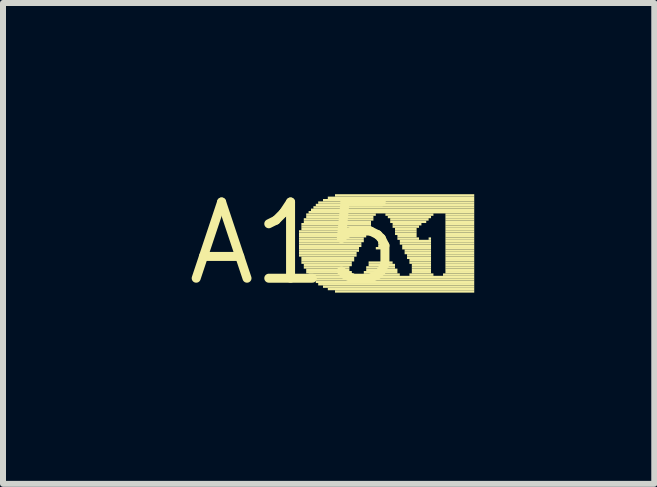
<source format=kicad_pcb>
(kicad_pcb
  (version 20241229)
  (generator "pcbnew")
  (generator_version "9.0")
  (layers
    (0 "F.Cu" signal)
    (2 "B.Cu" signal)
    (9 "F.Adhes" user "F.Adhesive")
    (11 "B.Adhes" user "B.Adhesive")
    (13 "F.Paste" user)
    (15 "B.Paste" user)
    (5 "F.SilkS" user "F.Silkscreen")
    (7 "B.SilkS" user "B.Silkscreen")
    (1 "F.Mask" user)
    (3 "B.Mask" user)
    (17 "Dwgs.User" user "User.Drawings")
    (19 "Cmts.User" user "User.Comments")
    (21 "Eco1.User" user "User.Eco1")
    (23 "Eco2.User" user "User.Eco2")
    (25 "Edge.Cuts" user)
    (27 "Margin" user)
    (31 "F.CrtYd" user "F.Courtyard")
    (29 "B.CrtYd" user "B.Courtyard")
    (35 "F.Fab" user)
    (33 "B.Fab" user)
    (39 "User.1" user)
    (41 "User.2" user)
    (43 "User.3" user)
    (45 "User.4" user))
  (footprint "A15"
    (layer "F.Cu")
    (at 1.852 1.006)
    (property "Reference" "A15" (at 0 0 0) (layer "F.SilkS") (effects (font (size 1.27 1.27) (thickness 0.15))))
    (fp_poly (pts (xy 0.08 -0.18) (xy 1.24 -0.18) (xy 1.24 -0.22) (xy 0.08 -0.22)) (stroke (width 0) (type default)) (fill yes) (layer "F.SilkS"))
    (fp_poly (pts (xy 0.08 -0.14) (xy 1.2 -0.14) (xy 1.2 -0.18) (xy 0.08 -0.18)) (stroke (width 0) (type default)) (fill yes) (layer "F.SilkS"))
    (fp_poly (pts (xy 0.08 -0.1) (xy 1.2 -0.1) (xy 1.2 -0.14) (xy 0.08 -0.14)) (stroke (width 0) (type default)) (fill yes) (layer "F.SilkS"))
    (fp_poly (pts (xy 0.08 -0.06) (xy 1.16 -0.06) (xy 1.16 -0.1) (xy 0.08 -0.1)) (stroke (width 0) (type default)) (fill yes) (layer "F.SilkS"))
    (fp_poly (pts (xy 0.08 -0.02) (xy 1.16 -0.02) (xy 1.16 -0.06) (xy 0.08 -0.06)) (stroke (width 0) (type default)) (fill yes) (layer "F.SilkS"))
    (fp_poly (pts (xy 0.08 0.02) (xy 1.12 0.02) (xy 1.12 -0.02) (xy 0.08 -0.02)) (stroke (width 0) (type default)) (fill yes) (layer "F.SilkS"))
    (fp_poly (pts (xy 0.08 0.06) (xy 1.12 0.06) (xy 1.12 0.02) (xy 0.08 0.02)) (stroke (width 0) (type default)) (fill yes) (layer "F.SilkS"))
    (fp_poly (pts (xy 0.08 0.1) (xy 1.08 0.1) (xy 1.08 0.06) (xy 0.08 0.06)) (stroke (width 0) (type default)) (fill yes) (layer "F.SilkS"))
    (fp_poly (pts (xy 0.08 0.14) (xy 1.08 0.14) (xy 1.08 0.1) (xy 0.08 0.1)) (stroke (width 0) (type default)) (fill yes) (layer "F.SilkS"))
    (fp_poly (pts (xy 0.08 0.18) (xy 1.04 0.18) (xy 1.04 0.14) (xy 0.08 0.14)) (stroke (width 0) (type default)) (fill yes) (layer "F.SilkS"))
    (fp_poly (pts (xy 0.08 0.22) (xy 1.04 0.22) (xy 1.04 0.18) (xy 0.08 0.18)) (stroke (width 0) (type default)) (fill yes) (layer "F.SilkS"))
    (fp_poly (pts (xy 0.12 -0.3) (xy 1.28 -0.3) (xy 1.28 -0.34) (xy 0.12 -0.34)) (stroke (width 0) (type default)) (fill yes) (layer "F.SilkS"))
    (fp_poly (pts (xy 0.12 -0.26) (xy 1.28 -0.26) (xy 1.28 -0.3) (xy 0.12 -0.3)) (stroke (width 0) (type default)) (fill yes) (layer "F.SilkS"))
    (fp_poly (pts (xy 0.12 -0.22) (xy 1.24 -0.22) (xy 1.24 -0.26) (xy 0.12 -0.26)) (stroke (width 0) (type default)) (fill yes) (layer "F.SilkS"))
    (fp_poly (pts (xy 0.12 0.26) (xy 1 0.26) (xy 1 0.22) (xy 0.12 0.22)) (stroke (width 0) (type default)) (fill yes) (layer "F.SilkS"))
    (fp_poly (pts (xy 0.12 0.3) (xy 1 0.3) (xy 1 0.26) (xy 0.12 0.26)) (stroke (width 0) (type default)) (fill yes) (layer "F.SilkS"))
    (fp_poly (pts (xy 0.12 0.34) (xy 0.96 0.34) (xy 0.96 0.3) (xy 0.12 0.3)) (stroke (width 0) (type default)) (fill yes) (layer "F.SilkS"))
    (fp_poly (pts (xy 0.16 -0.38) (xy 1.32 -0.38) (xy 1.32 -0.42) (xy 0.16 -0.42)) (stroke (width 0) (type default)) (fill yes) (layer "F.SilkS"))
    (fp_poly (pts (xy 0.16 -0.34) (xy 1.28 -0.34) (xy 1.28 -0.38) (xy 0.16 -0.38)) (stroke (width 0) (type default)) (fill yes) (layer "F.SilkS"))
    (fp_poly (pts (xy 0.16 0.38) (xy 0.96 0.38) (xy 0.96 0.34) (xy 0.16 0.34)) (stroke (width 0) (type default)) (fill yes) (layer "F.SilkS"))
    (fp_poly (pts (xy 0.16 0.42) (xy 0.92 0.42) (xy 0.92 0.38) (xy 0.16 0.38)) (stroke (width 0) (type default)) (fill yes) (layer "F.SilkS"))
    (fp_poly (pts (xy 0.2 -0.46) (xy 1.36 -0.46) (xy 1.36 -0.5) (xy 0.2 -0.5)) (stroke (width 0) (type default)) (fill yes) (layer "F.SilkS"))
    (fp_poly (pts (xy 0.2 -0.42) (xy 1.32 -0.42) (xy 1.32 -0.46) (xy 0.2 -0.46)) (stroke (width 0) (type default)) (fill yes) (layer "F.SilkS"))
    (fp_poly (pts (xy 0.2 0.46) (xy 0.92 0.46) (xy 0.92 0.42) (xy 0.2 0.42)) (stroke (width 0) (type default)) (fill yes) (layer "F.SilkS"))
    (fp_poly (pts (xy 0.2 0.5) (xy 0.96 0.5) (xy 0.96 0.46) (xy 0.2 0.46)) (stroke (width 0) (type default)) (fill yes) (layer "F.SilkS"))
    (fp_poly (pts (xy 0.24 -0.5) (xy 3 -0.5) (xy 3 -0.54) (xy 0.24 -0.54)) (stroke (width 0) (type default)) (fill yes) (layer "F.SilkS"))
    (fp_poly (pts (xy 0.24 0.54) (xy 1 0.54) (xy 1 0.5) (xy 0.24 0.5)) (stroke (width 0) (type default)) (fill yes) (layer "F.SilkS"))
    (fp_poly (pts (xy 0.28 -0.54) (xy 3 -0.54) (xy 3 -0.58) (xy 0.28 -0.58)) (stroke (width 0) (type default)) (fill yes) (layer "F.SilkS"))
    (fp_poly (pts (xy 0.28 0.58) (xy 3 0.58) (xy 3 0.54) (xy 0.28 0.54)) (stroke (width 0) (type default)) (fill yes) (layer "F.SilkS"))
    (fp_poly (pts (xy 0.32 -0.58) (xy 3 -0.58) (xy 3 -0.62) (xy 0.32 -0.62)) (stroke (width 0) (type default)) (fill yes) (layer "F.SilkS"))
    (fp_poly (pts (xy 0.32 0.62) (xy 3 0.62) (xy 3 0.58) (xy 0.32 0.58)) (stroke (width 0) (type default)) (fill yes) (layer "F.SilkS"))
    (fp_poly (pts (xy 0.36 -0.62) (xy 3 -0.62) (xy 3 -0.66) (xy 0.36 -0.66)) (stroke (width 0) (type default)) (fill yes) (layer "F.SilkS"))
    (fp_poly (pts (xy 0.36 0.66) (xy 3 0.66) (xy 3 0.62) (xy 0.36 0.62)) (stroke (width 0) (type default)) (fill yes) (layer "F.SilkS"))
    (fp_poly (pts (xy 0.4 -0.66) (xy 3 -0.66) (xy 3 -0.7) (xy 0.4 -0.7)) (stroke (width 0) (type default)) (fill yes) (layer "F.SilkS"))
    (fp_poly (pts (xy 0.4 0.7) (xy 3 0.7) (xy 3 0.66) (xy 0.4 0.66)) (stroke (width 0) (type default)) (fill yes) (layer "F.SilkS"))
    (fp_poly (pts (xy 0.48 -0.7) (xy 3 -0.7) (xy 3 -0.74) (xy 0.48 -0.74)) (stroke (width 0) (type default)) (fill yes) (layer "F.SilkS"))
    (fp_poly (pts (xy 0.48 0.74) (xy 3 0.74) (xy 3 0.7) (xy 0.48 0.7)) (stroke (width 0) (type default)) (fill yes) (layer "F.SilkS"))
    (fp_poly (pts (xy 0.56 -0.74) (xy 3 -0.74) (xy 3 -0.78) (xy 0.56 -0.78)) (stroke (width 0) (type default)) (fill yes) (layer "F.SilkS"))
    (fp_poly (pts (xy 0.56 0.78) (xy 3 0.78) (xy 3 0.74) (xy 0.56 0.74)) (stroke (width 0) (type default)) (fill yes) (layer "F.SilkS"))
    (fp_poly (pts (xy 0.68 -0.78) (xy 3 -0.78) (xy 3 -0.82) (xy 0.68 -0.82)) (stroke (width 0) (type default)) (fill yes) (layer "F.SilkS"))
    (fp_poly (pts (xy 0.68 0.82) (xy 3 0.82) (xy 3 0.78) (xy 0.68 0.78)) (stroke (width 0) (type default)) (fill yes) (layer "F.SilkS"))
    (fp_poly (pts (xy 1.16 0.5) (xy 1.72 0.5) (xy 1.72 0.46) (xy 1.16 0.46)) (stroke (width 0) (type default)) (fill yes) (layer "F.SilkS"))
    (fp_poly (pts (xy 1.16 0.54) (xy 1.76 0.54) (xy 1.76 0.5) (xy 1.16 0.5)) (stroke (width 0) (type default)) (fill yes) (layer "F.SilkS"))
    (fp_poly (pts (xy 1.2 0.42) (xy 1.68 0.42) (xy 1.68 0.38) (xy 1.2 0.38)) (stroke (width 0) (type default)) (fill yes) (layer "F.SilkS"))
    (fp_poly (pts (xy 1.2 0.46) (xy 1.72 0.46) (xy 1.72 0.42) (xy 1.2 0.42)) (stroke (width 0) (type default)) (fill yes) (layer "F.SilkS"))
    (fp_poly (pts (xy 1.24 0.34) (xy 1.64 0.34) (xy 1.64 0.3) (xy 1.24 0.3)) (stroke (width 0) (type default)) (fill yes) (layer "F.SilkS"))
    (fp_poly (pts (xy 1.24 0.38) (xy 1.68 0.38) (xy 1.68 0.34) (xy 1.24 0.34)) (stroke (width 0) (type default)) (fill yes) (layer "F.SilkS"))
    (fp_poly (pts (xy 1.36 0.1) (xy 1.52 0.1) (xy 1.52 0.06) (xy 1.36 0.06)) (stroke (width 0) (type default)) (fill yes) (layer "F.SilkS"))
    (fp_poly (pts (xy 1.4 0.02) (xy 1.48 0.02) (xy 1.48 -0.02) (xy 1.4 -0.02)) (stroke (width 0) (type default)) (fill yes) (layer "F.SilkS"))
    (fp_poly (pts (xy 1.4 0.06) (xy 1.52 0.06) (xy 1.52 0.02) (xy 1.4 0.02)) (stroke (width 0) (type default)) (fill yes) (layer "F.SilkS"))
    (fp_poly (pts (xy 1.44 -0.02) (xy 1.48 -0.02) (xy 1.48 -0.06) (xy 1.44 -0.06)) (stroke (width 0) (type default)) (fill yes) (layer "F.SilkS"))
    (fp_poly (pts (xy 1.52 -0.46) (xy 2.32 -0.46) (xy 2.32 -0.5) (xy 1.52 -0.5)) (stroke (width 0) (type default)) (fill yes) (layer "F.SilkS"))
    (fp_poly (pts (xy 1.56 -0.42) (xy 2.28 -0.42) (xy 2.28 -0.46) (xy 1.56 -0.46)) (stroke (width 0) (type default)) (fill yes) (layer "F.SilkS"))
    (fp_poly (pts (xy 1.6 -0.38) (xy 2.24 -0.38) (xy 2.24 -0.42) (xy 1.6 -0.42)) (stroke (width 0) (type default)) (fill yes) (layer "F.SilkS"))
    (fp_poly (pts (xy 1.6 -0.34) (xy 2.2 -0.34) (xy 2.2 -0.38) (xy 1.6 -0.38)) (stroke (width 0) (type default)) (fill yes) (layer "F.SilkS"))
    (fp_poly (pts (xy 1.64 -0.3) (xy 2.12 -0.3) (xy 2.12 -0.34) (xy 1.64 -0.34)) (stroke (width 0) (type default)) (fill yes) (layer "F.SilkS"))
    (fp_poly (pts (xy 1.64 -0.26) (xy 2.08 -0.26) (xy 2.08 -0.3) (xy 1.64 -0.3)) (stroke (width 0) (type default)) (fill yes) (layer "F.SilkS"))
    (fp_poly (pts (xy 1.68 -0.22) (xy 2.04 -0.22) (xy 2.04 -0.26) (xy 1.68 -0.26)) (stroke (width 0) (type default)) (fill yes) (layer "F.SilkS"))
    (fp_poly (pts (xy 1.68 -0.18) (xy 2.04 -0.18) (xy 2.04 -0.22) (xy 1.68 -0.22)) (stroke (width 0) (type default)) (fill yes) (layer "F.SilkS"))
    (fp_poly (pts (xy 1.68 -0.14) (xy 2.04 -0.14) (xy 2.04 -0.18) (xy 1.68 -0.18)) (stroke (width 0) (type default)) (fill yes) (layer "F.SilkS"))
    (fp_poly (pts (xy 1.72 -0.1) (xy 2.04 -0.1) (xy 2.04 -0.14) (xy 1.72 -0.14)) (stroke (width 0) (type default)) (fill yes) (layer "F.SilkS"))
    (fp_poly (pts (xy 1.72 -0.06) (xy 2.08 -0.06) (xy 2.08 -0.1) (xy 1.72 -0.1)) (stroke (width 0) (type default)) (fill yes) (layer "F.SilkS"))
    (fp_poly (pts (xy 1.76 -0.02) (xy 2.28 -0.02) (xy 2.28 -0.06) (xy 1.76 -0.06)) (stroke (width 0) (type default)) (fill yes) (layer "F.SilkS"))
    (fp_poly (pts (xy 1.76 0.02) (xy 2.28 0.02) (xy 2.28 -0.02) (xy 1.76 -0.02)) (stroke (width 0) (type default)) (fill yes) (layer "F.SilkS"))
    (fp_poly (pts (xy 1.8 0.06) (xy 2.28 0.06) (xy 2.28 0.02) (xy 1.8 0.02)) (stroke (width 0) (type default)) (fill yes) (layer "F.SilkS"))
    (fp_poly (pts (xy 1.8 0.1) (xy 2.28 0.1) (xy 2.28 0.06) (xy 1.8 0.06)) (stroke (width 0) (type default)) (fill yes) (layer "F.SilkS"))
    (fp_poly (pts (xy 1.84 0.14) (xy 2.28 0.14) (xy 2.28 0.1) (xy 1.84 0.1)) (stroke (width 0) (type default)) (fill yes) (layer "F.SilkS"))
    (fp_poly (pts (xy 1.84 0.18) (xy 2.28 0.18) (xy 2.28 0.14) (xy 1.84 0.14)) (stroke (width 0) (type default)) (fill yes) (layer "F.SilkS"))
    (fp_poly (pts (xy 1.88 0.22) (xy 2.28 0.22) (xy 2.28 0.18) (xy 1.88 0.18)) (stroke (width 0) (type default)) (fill yes) (layer "F.SilkS"))
    (fp_poly (pts (xy 1.88 0.26) (xy 2.28 0.26) (xy 2.28 0.22) (xy 1.88 0.22)) (stroke (width 0) (type default)) (fill yes) (layer "F.SilkS"))
    (fp_poly (pts (xy 1.92 0.3) (xy 2.28 0.3) (xy 2.28 0.26) (xy 1.92 0.26)) (stroke (width 0) (type default)) (fill yes) (layer "F.SilkS"))
    (fp_poly (pts (xy 1.92 0.34) (xy 2.28 0.34) (xy 2.28 0.3) (xy 1.92 0.3)) (stroke (width 0) (type default)) (fill yes) (layer "F.SilkS"))
    (fp_poly (pts (xy 1.92 0.54) (xy 2.32 0.54) (xy 2.32 0.5) (xy 1.92 0.5)) (stroke (width 0) (type default)) (fill yes) (layer "F.SilkS"))
    (fp_poly (pts (xy 1.96 0.38) (xy 2.28 0.38) (xy 2.28 0.34) (xy 1.96 0.34)) (stroke (width 0) (type default)) (fill yes) (layer "F.SilkS"))
    (fp_poly (pts (xy 1.96 0.42) (xy 2.28 0.42) (xy 2.28 0.38) (xy 1.96 0.38)) (stroke (width 0) (type default)) (fill yes) (layer "F.SilkS"))
    (fp_poly (pts (xy 1.96 0.46) (xy 2.28 0.46) (xy 2.28 0.42) (xy 1.96 0.42)) (stroke (width 0) (type default)) (fill yes) (layer "F.SilkS"))
    (fp_poly (pts (xy 1.96 0.5) (xy 2.28 0.5) (xy 2.28 0.46) (xy 1.96 0.46)) (stroke (width 0) (type default)) (fill yes) (layer "F.SilkS"))
    (fp_poly (pts (xy 2.24 -0.06) (xy 2.28 -0.06) (xy 2.28 -0.1) (xy 2.24 -0.1)) (stroke (width 0) (type default)) (fill yes) (layer "F.SilkS"))
    (fp_poly (pts (xy 2.48 0.54) (xy 3 0.54) (xy 3 0.5) (xy 2.48 0.5)) (stroke (width 0) (type default)) (fill yes) (layer "F.SilkS"))
    (fp_poly (pts (xy 2.52 -0.46) (xy 3 -0.46) (xy 3 -0.5) (xy 2.52 -0.5)) (stroke (width 0) (type default)) (fill yes) (layer "F.SilkS"))
    (fp_poly (pts (xy 2.52 -0.42) (xy 3 -0.42) (xy 3 -0.46) (xy 2.52 -0.46)) (stroke (width 0) (type default)) (fill yes) (layer "F.SilkS"))
    (fp_poly (pts (xy 2.52 -0.38) (xy 3 -0.38) (xy 3 -0.42) (xy 2.52 -0.42)) (stroke (width 0) (type default)) (fill yes) (layer "F.SilkS"))
    (fp_poly (pts (xy 2.52 -0.34) (xy 3 -0.34) (xy 3 -0.38) (xy 2.52 -0.38)) (stroke (width 0) (type default)) (fill yes) (layer "F.SilkS"))
    (fp_poly (pts (xy 2.52 -0.3) (xy 3 -0.3) (xy 3 -0.34) (xy 2.52 -0.34)) (stroke (width 0) (type default)) (fill yes) (layer "F.SilkS"))
    (fp_poly (pts (xy 2.52 -0.26) (xy 3 -0.26) (xy 3 -0.3) (xy 2.52 -0.3)) (stroke (width 0) (type default)) (fill yes) (layer "F.SilkS"))
    (fp_poly (pts (xy 2.52 -0.22) (xy 3 -0.22) (xy 3 -0.26) (xy 2.52 -0.26)) (stroke (width 0) (type default)) (fill yes) (layer "F.SilkS"))
    (fp_poly (pts (xy 2.52 -0.18) (xy 3 -0.18) (xy 3 -0.22) (xy 2.52 -0.22)) (stroke (width 0) (type default)) (fill yes) (layer "F.SilkS"))
    (fp_poly (pts (xy 2.52 -0.14) (xy 3 -0.14) (xy 3 -0.18) (xy 2.52 -0.18)) (stroke (width 0) (type default)) (fill yes) (layer "F.SilkS"))
    (fp_poly (pts (xy 2.52 -0.1) (xy 3 -0.1) (xy 3 -0.14) (xy 2.52 -0.14)) (stroke (width 0) (type default)) (fill yes) (layer "F.SilkS"))
    (fp_poly (pts (xy 2.52 -0.06) (xy 3 -0.06) (xy 3 -0.1) (xy 2.52 -0.1)) (stroke (width 0) (type default)) (fill yes) (layer "F.SilkS"))
    (fp_poly (pts (xy 2.52 -0.02) (xy 3 -0.02) (xy 3 -0.06) (xy 2.52 -0.06)) (stroke (width 0) (type default)) (fill yes) (layer "F.SilkS"))
    (fp_poly (pts (xy 2.52 0.02) (xy 3 0.02) (xy 3 -0.02) (xy 2.52 -0.02)) (stroke (width 0) (type default)) (fill yes) (layer "F.SilkS"))
    (fp_poly (pts (xy 2.52 0.06) (xy 3 0.06) (xy 3 0.02) (xy 2.52 0.02)) (stroke (width 0) (type default)) (fill yes) (layer "F.SilkS"))
    (fp_poly (pts (xy 2.52 0.1) (xy 3 0.1) (xy 3 0.06) (xy 2.52 0.06)) (stroke (width 0) (type default)) (fill yes) (layer "F.SilkS"))
    (fp_poly (pts (xy 2.52 0.14) (xy 3 0.14) (xy 3 0.1) (xy 2.52 0.1)) (stroke (width 0) (type default)) (fill yes) (layer "F.SilkS"))
    (fp_poly (pts (xy 2.52 0.18) (xy 3 0.18) (xy 3 0.14) (xy 2.52 0.14)) (stroke (width 0) (type default)) (fill yes) (layer "F.SilkS"))
    (fp_poly (pts (xy 2.52 0.22) (xy 3 0.22) (xy 3 0.18) (xy 2.52 0.18)) (stroke (width 0) (type default)) (fill yes) (layer "F.SilkS"))
    (fp_poly (pts (xy 2.52 0.26) (xy 3 0.26) (xy 3 0.22) (xy 2.52 0.22)) (stroke (width 0) (type default)) (fill yes) (layer "F.SilkS"))
    (fp_poly (pts (xy 2.52 0.3) (xy 3 0.3) (xy 3 0.26) (xy 2.52 0.26)) (stroke (width 0) (type default)) (fill yes) (layer "F.SilkS"))
    (fp_poly (pts (xy 2.52 0.34) (xy 3 0.34) (xy 3 0.3) (xy 2.52 0.3)) (stroke (width 0) (type default)) (fill yes) (layer "F.SilkS"))
    (fp_poly (pts (xy 2.52 0.38) (xy 3 0.38) (xy 3 0.34) (xy 2.52 0.34)) (stroke (width 0) (type default)) (fill yes) (layer "F.SilkS"))
    (fp_poly (pts (xy 2.52 0.42) (xy 3 0.42) (xy 3 0.38) (xy 2.52 0.38)) (stroke (width 0) (type default)) (fill yes) (layer "F.SilkS"))
    (fp_poly (pts (xy 2.52 0.46) (xy 3 0.46) (xy 3 0.42) (xy 2.52 0.42)) (stroke (width 0) (type default)) (fill yes) (layer "F.SilkS"))
    (fp_poly (pts (xy 2.52 0.5) (xy 3 0.5) (xy 3 0.46) (xy 2.52 0.46)) (stroke (width 0) (type default)) (fill yes) (layer "F.SilkS")))
  (gr_rect
    (start -3 -3)
    (end 7.852 5.012)
    (stroke (width 0.1) (type default))
    (fill no)
    (layer "Edge.Cuts")))
</source>
